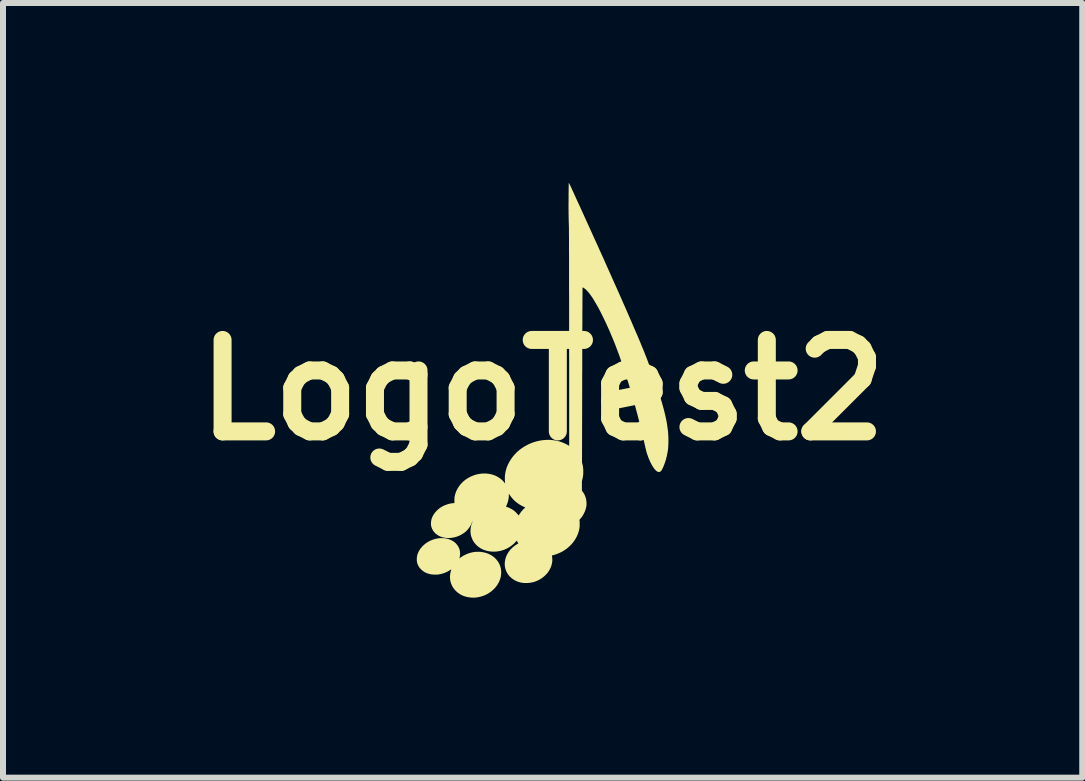
<source format=kicad_pcb>
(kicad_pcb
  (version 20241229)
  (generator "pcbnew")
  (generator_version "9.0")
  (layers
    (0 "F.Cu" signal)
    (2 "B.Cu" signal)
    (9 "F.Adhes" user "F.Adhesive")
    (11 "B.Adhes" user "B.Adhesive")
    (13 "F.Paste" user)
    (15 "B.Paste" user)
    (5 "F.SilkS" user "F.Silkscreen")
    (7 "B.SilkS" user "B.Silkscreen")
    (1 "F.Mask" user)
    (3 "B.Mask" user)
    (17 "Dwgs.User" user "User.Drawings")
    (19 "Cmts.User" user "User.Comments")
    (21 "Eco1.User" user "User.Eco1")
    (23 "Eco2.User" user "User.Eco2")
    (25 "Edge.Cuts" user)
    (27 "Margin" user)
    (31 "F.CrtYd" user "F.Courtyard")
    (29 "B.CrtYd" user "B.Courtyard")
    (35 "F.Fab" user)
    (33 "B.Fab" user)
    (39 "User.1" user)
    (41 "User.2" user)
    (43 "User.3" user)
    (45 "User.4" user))
  (footprint "LogoTest2"
    (layer "F.Cu")
    (at 5.994 3.451)
    (property "Reference" "LogoTest2" (at 0 0 0) (layer "F.SilkS") (effects (font (size 1.524 1.524) (thickness 0.3))))
    (attr board_only exclude_from_pos_files exclude_from_bom)
    (fp_poly (pts (xy -1.632 2.471) (xy -1.594 2.478) (xy -1.557 2.488) (xy -1.523 2.502) (xy -1.491 2.52) (xy -1.461 2.542) (xy -1.446 2.556) (xy -1.423 2.583) (xy -1.404 2.611) (xy -1.39 2.642) (xy -1.382 2.665) (xy -1.378 2.684) (xy -1.376 2.706) (xy -1.375 2.729) (xy -1.376 2.751) (xy -1.379 2.773) (xy -1.383 2.791) (xy -1.384 2.796) (xy -1.386 2.802) (xy -1.387 2.806) (xy -1.387 2.807) (xy -1.386 2.806) (xy -1.381 2.803) (xy -1.377 2.799) (xy -1.351 2.78) (xy -1.321 2.762) (xy -1.288 2.745) (xy -1.254 2.73) (xy -1.224 2.719) (xy -1.18 2.707) (xy -1.136 2.699) (xy -1.093 2.696) (xy -1.05 2.696) (xy -1.008 2.701) (xy -0.967 2.709) (xy -0.928 2.72) (xy -0.89 2.736) (xy -0.855 2.754) (xy -0.822 2.776) (xy -0.792 2.802) (xy -0.766 2.83) (xy -0.742 2.861) (xy -0.723 2.895) (xy -0.717 2.909) (xy -0.703 2.946) (xy -0.694 2.985) (xy -0.69 3.025) (xy -0.691 3.065) (xy -0.696 3.106) (xy -0.7 3.126) (xy -0.713 3.167) (xy -0.73 3.206) (xy -0.752 3.243) (xy -0.777 3.279) (xy -0.806 3.312) (xy -0.838 3.342) (xy -0.873 3.369) (xy -0.911 3.394) (xy -0.951 3.415) (xy -0.993 3.432) (xy -1.037 3.445) (xy -1.083 3.455) (xy -1.101 3.457) (xy -1.119 3.459) (xy -1.135 3.46) (xy -1.151 3.461) (xy -1.168 3.46) (xy -1.185 3.46) (xy -1.229 3.455) (xy -1.27 3.447) (xy -1.31 3.435) (xy -1.347 3.419) (xy -1.382 3.4) (xy -1.414 3.377) (xy -1.443 3.352) (xy -1.469 3.324) (xy -1.491 3.294) (xy -1.51 3.261) (xy -1.525 3.226) (xy -1.536 3.19) (xy -1.542 3.152) (xy -1.544 3.113) (xy -1.542 3.088) (xy -1.54 3.066) (xy -1.536 3.044) (xy -1.531 3.024) (xy -1.526 3.006) (xy -1.525 3.002) (xy -1.522 2.995) (xy -1.521 2.99) (xy -1.521 2.989) (xy -1.523 2.99) (xy -1.528 2.993) (xy -1.536 2.998) (xy -1.542 3.001) (xy -1.573 3.02) (xy -1.607 3.037) (xy -1.642 3.051) (xy -1.65 3.054) (xy -1.685 3.064) (xy -1.718 3.071) (xy -1.75 3.076) (xy -1.784 3.077) (xy -1.809 3.077) (xy -1.851 3.073) (xy -1.89 3.065) (xy -1.926 3.054) (xy -1.96 3.039) (xy -1.991 3.019) (xy -2.019 2.996) (xy -2.029 2.986) (xy -2.05 2.963) (xy -2.066 2.939) (xy -2.079 2.914) (xy -2.089 2.886) (xy -2.093 2.869) (xy -2.096 2.847) (xy -2.097 2.822) (xy -2.096 2.796) (xy -2.093 2.771) (xy -2.089 2.752) (xy -2.077 2.716) (xy -2.06 2.681) (xy -2.039 2.648) (xy -2.014 2.616) (xy -1.985 2.587) (xy -1.953 2.56) (xy -1.918 2.536) (xy -1.88 2.515) (xy -1.876 2.513) (xy -1.835 2.496) (xy -1.794 2.483) (xy -1.753 2.474) (xy -1.712 2.469) (xy -1.672 2.468)) (stroke (width 0) (type solid)) (fill yes) (layer "F.SilkS"))
    (fp_poly (pts (xy 0.438 -3.451) (xy 0.44 -3.449) (xy 0.443 -3.445) (xy 0.446 -3.439) (xy 0.45 -3.43) (xy 0.456 -3.419) (xy 0.462 -3.405) (xy 0.471 -3.387) (xy 0.481 -3.365) (xy 0.492 -3.34) (xy 0.505 -3.313) (xy 0.566 -3.179) (xy 0.627 -3.047) (xy 0.686 -2.917) (xy 0.744 -2.789) (xy 0.801 -2.664) (xy 0.856 -2.541) (xy 0.911 -2.421) (xy 0.964 -2.303) (xy 1.016 -2.189) (xy 1.066 -2.076) (xy 1.115 -1.967) (xy 1.162 -1.861) (xy 1.208 -1.758) (xy 1.253 -1.658) (xy 1.296 -1.561) (xy 1.337 -1.467) (xy 1.377 -1.377) (xy 1.415 -1.29) (xy 1.451 -1.207) (xy 1.486 -1.127) (xy 1.518 -1.051) (xy 1.549 -0.979) (xy 1.579 -0.911) (xy 1.606 -0.847) (xy 1.631 -0.787) (xy 1.654 -0.73) (xy 1.676 -0.678) (xy 1.695 -0.631) (xy 1.712 -0.587) (xy 1.725 -0.554) (xy 1.732 -0.537) (xy 1.74 -0.517) (xy 1.749 -0.492) (xy 1.759 -0.465) (xy 1.77 -0.435) (xy 1.781 -0.404) (xy 1.793 -0.371) (xy 1.805 -0.338) (xy 1.817 -0.305) (xy 1.829 -0.272) (xy 1.84 -0.241) (xy 1.851 -0.211) (xy 1.86 -0.184) (xy 1.869 -0.16) (xy 1.874 -0.145) (xy 1.903 -0.063) (xy 1.929 0.016) (xy 1.953 0.09) (xy 1.974 0.161) (xy 1.994 0.228) (xy 2.012 0.292) (xy 2.028 0.353) (xy 2.042 0.412) (xy 2.055 0.468) (xy 2.066 0.522) (xy 2.075 0.575) (xy 2.082 0.626) (xy 2.089 0.675) (xy 2.094 0.74) (xy 2.097 0.805) (xy 2.097 0.869) (xy 2.095 0.932) (xy 2.09 0.992) (xy 2.089 1) (xy 2.08 1.054) (xy 2.068 1.11) (xy 2.054 1.165) (xy 2.036 1.219) (xy 2.017 1.27) (xy 1.995 1.317) (xy 1.984 1.337) (xy 1.972 1.352) (xy 1.959 1.361) (xy 1.946 1.366) (xy 1.931 1.366) (xy 1.916 1.361) (xy 1.9 1.351) (xy 1.883 1.337) (xy 1.879 1.332) (xy 1.861 1.311) (xy 1.844 1.287) (xy 1.826 1.259) (xy 1.809 1.228) (xy 1.791 1.191) (xy 1.789 1.186) (xy 1.775 1.154) (xy 1.762 1.122) (xy 1.751 1.091) (xy 1.74 1.059) (xy 1.73 1.026) (xy 1.721 0.989) (xy 1.711 0.949) (xy 1.708 0.934) (xy 1.678 0.803) (xy 1.647 0.672) (xy 1.614 0.54) (xy 1.581 0.41) (xy 1.546 0.28) (xy 1.51 0.152) (xy 1.473 0.026) (xy 1.436 -0.098) (xy 1.398 -0.219) (xy 1.36 -0.337) (xy 1.321 -0.451) (xy 1.283 -0.562) (xy 1.244 -0.667) (xy 1.236 -0.688) (xy 1.207 -0.764) (xy 1.177 -0.839) (xy 1.146 -0.912) (xy 1.116 -0.984) (xy 1.084 -1.055) (xy 1.053 -1.123) (xy 1.022 -1.188) (xy 0.991 -1.251) (xy 0.961 -1.311) (xy 0.931 -1.368) (xy 0.901 -1.421) (xy 0.872 -1.47) (xy 0.845 -1.516) (xy 0.818 -1.557) (xy 0.798 -1.585) (xy 0.776 -1.614) (xy 0.754 -1.64) (xy 0.733 -1.663) (xy 0.713 -1.682) (xy 0.694 -1.696) (xy 0.68 -1.705) (xy 0.666 -1.712) (xy 0.664 -1.467) (xy 0.664 -1.448) (xy 0.664 -1.425) (xy 0.664 -1.397) (xy 0.664 -1.364) (xy 0.663 -1.327) (xy 0.663 -1.287) (xy 0.663 -1.242) (xy 0.663 -1.194) (xy 0.663 -1.142) (xy 0.663 -1.088) (xy 0.662 -1.03) (xy 0.662 -0.969) (xy 0.662 -0.906) (xy 0.662 -0.84) (xy 0.662 -0.772) (xy 0.662 -0.701) (xy 0.661 -0.629) (xy 0.661 -0.556) (xy 0.661 -0.48) (xy 0.661 -0.404) (xy 0.661 -0.326) (xy 0.66 -0.248) (xy 0.66 -0.169) (xy 0.66 -0.089) (xy 0.66 -0.009) (xy 0.66 -0.006) (xy 0.657 1.209) (xy 0.663 1.233) (xy 0.67 1.26) (xy 0.674 1.287) (xy 0.677 1.315) (xy 0.678 1.345) (xy 0.678 1.36) (xy 0.678 1.389) (xy 0.676 1.415) (xy 0.673 1.439) (xy 0.669 1.464) (xy 0.662 1.491) (xy 0.655 1.521) (xy 0.655 1.677) (xy 0.665 1.69) (xy 0.683 1.716) (xy 0.7 1.746) (xy 0.713 1.778) (xy 0.723 1.811) (xy 0.726 1.825) (xy 0.728 1.835) (xy 0.729 1.848) (xy 0.731 1.863) (xy 0.732 1.878) (xy 0.732 1.879) (xy 0.732 1.895) (xy 0.732 1.909) (xy 0.731 1.921) (xy 0.73 1.934) (xy 0.728 1.944) (xy 0.718 1.987) (xy 0.703 2.028) (xy 0.684 2.068) (xy 0.66 2.107) (xy 0.632 2.143) (xy 0.613 2.165) (xy 0.616 2.177) (xy 0.617 2.185) (xy 0.618 2.197) (xy 0.618 2.212) (xy 0.618 2.229) (xy 0.618 2.247) (xy 0.618 2.263) (xy 0.617 2.279) (xy 0.616 2.292) (xy 0.615 2.299) (xy 0.605 2.348) (xy 0.59 2.395) (xy 0.57 2.441) (xy 0.546 2.485) (xy 0.518 2.527) (xy 0.486 2.566) (xy 0.45 2.603) (xy 0.411 2.637) (xy 0.368 2.668) (xy 0.325 2.694) (xy 0.305 2.704) (xy 0.284 2.714) (xy 0.261 2.724) (xy 0.239 2.733) (xy 0.217 2.74) (xy 0.198 2.747) (xy 0.181 2.752) (xy 0.171 2.754) (xy 0.162 2.755) (xy 0.157 2.758) (xy 0.156 2.762) (xy 0.157 2.77) (xy 0.157 2.773) (xy 0.16 2.788) (xy 0.161 2.806) (xy 0.162 2.825) (xy 0.162 2.845) (xy 0.161 2.862) (xy 0.16 2.865) (xy 0.152 2.907) (xy 0.14 2.947) (xy 0.122 2.985) (xy 0.101 3.022) (xy 0.075 3.056) (xy 0.045 3.088) (xy 0.011 3.118) (xy -0.022 3.142) (xy -0.063 3.166) (xy -0.106 3.186) (xy -0.15 3.201) (xy -0.196 3.211) (xy -0.242 3.216) (xy -0.274 3.217) (xy -0.289 3.217) (xy -0.304 3.216) (xy -0.316 3.216) (xy -0.326 3.215) (xy -0.328 3.215) (xy -0.369 3.207) (xy -0.409 3.196) (xy -0.447 3.18) (xy -0.482 3.161) (xy -0.514 3.138) (xy -0.543 3.112) (xy -0.569 3.083) (xy -0.59 3.051) (xy -0.591 3.049) (xy -0.608 3.015) (xy -0.62 2.98) (xy -0.628 2.944) (xy -0.631 2.907) (xy -0.63 2.87) (xy -0.624 2.833) (xy -0.615 2.796) (xy -0.601 2.76) (xy -0.583 2.725) (xy -0.562 2.692) (xy -0.536 2.66) (xy -0.507 2.63) (xy -0.474 2.602) (xy -0.446 2.582) (xy -0.436 2.576) (xy -0.426 2.57) (xy -0.418 2.565) (xy -0.417 2.565) (xy -0.411 2.562) (xy -0.406 2.559) (xy -0.406 2.559) (xy -0.406 2.556) (xy -0.409 2.551) (xy -0.413 2.542) (xy -0.418 2.534) (xy -0.431 2.51) (xy -0.442 2.523) (xy -0.474 2.557) (xy -0.51 2.588) (xy -0.548 2.615) (xy -0.589 2.639) (xy -0.632 2.658) (xy -0.676 2.674) (xy -0.722 2.685) (xy -0.768 2.692) (xy -0.814 2.694) (xy -0.861 2.692) (xy -0.907 2.685) (xy -0.915 2.684) (xy -0.957 2.672) (xy -0.997 2.657) (xy -1.033 2.638) (xy -1.067 2.615) (xy -1.097 2.59) (xy -1.124 2.562) (xy -1.147 2.532) (xy -1.166 2.499) (xy -1.181 2.465) (xy -1.193 2.428) (xy -1.2 2.39) (xy -1.202 2.351) (xy -1.2 2.311) (xy -1.193 2.271) (xy -1.191 2.263) (xy -1.184 2.238) (xy -1.175 2.212) (xy -1.169 2.197) (xy -1.168 2.193) (xy -1.17 2.192) (xy -1.173 2.195) (xy -1.176 2.201) (xy -1.18 2.211) (xy -1.192 2.243) (xy -1.21 2.275) (xy -1.232 2.306) (xy -1.257 2.336) (xy -1.286 2.363) (xy -1.318 2.388) (xy -1.354 2.41) (xy -1.381 2.424) (xy -1.424 2.442) (xy -1.468 2.455) (xy -1.512 2.463) (xy -1.557 2.467) (xy -1.587 2.467) (xy -1.626 2.463) (xy -1.664 2.455) (xy -1.699 2.444) (xy -1.731 2.429) (xy -1.76 2.411) (xy -1.787 2.39) (xy -1.809 2.366) (xy -1.828 2.34) (xy -1.843 2.311) (xy -1.854 2.28) (xy -1.857 2.269) (xy -1.86 2.244) (xy -1.861 2.216) (xy -1.858 2.187) (xy -1.853 2.158) (xy -1.847 2.139) (xy -1.834 2.107) (xy -1.816 2.075) (xy -1.794 2.044) (xy -1.768 2.015) (xy -1.74 1.988) (xy -1.708 1.963) (xy -1.677 1.944) (xy -0.609 1.944) (xy -0.607 1.945) (xy -0.601 1.947) (xy -0.593 1.95) (xy -0.592 1.95) (xy -0.554 1.965) (xy -0.517 1.984) (xy -0.483 2.006) (xy -0.452 2.032) (xy -0.425 2.06) (xy -0.413 2.074) (xy -0.407 2.082) (xy -0.403 2.087) (xy -0.4 2.09) (xy -0.4 2.09) (xy -0.398 2.088) (xy -0.395 2.083) (xy -0.393 2.081) (xy -0.385 2.068) (xy -0.375 2.054) (xy -0.363 2.037) (xy -0.35 2.021) (xy -0.336 2.005) (xy -0.323 1.99) (xy -0.311 1.978) (xy -0.302 1.97) (xy -0.296 1.964) (xy -0.291 1.96) (xy -0.29 1.958) (xy -0.292 1.956) (xy -0.298 1.953) (xy -0.304 1.95) (xy -0.318 1.944) (xy -0.334 1.936) (xy -0.352 1.927) (xy -0.369 1.917) (xy -0.385 1.908) (xy -0.393 1.903) (xy -0.432 1.875) (xy -0.47 1.843) (xy -0.503 1.808) (xy -0.533 1.771) (xy -0.551 1.746) (xy -0.556 1.737) (xy -0.56 1.731) (xy -0.563 1.728) (xy -0.563 1.727) (xy -0.563 1.73) (xy -0.563 1.736) (xy -0.563 1.745) (xy -0.563 1.753) (xy -0.564 1.79) (xy -0.57 1.828) (xy -0.58 1.867) (xy -0.594 1.907) (xy -0.601 1.924) (xy -0.605 1.932) (xy -0.608 1.939) (xy -0.609 1.943) (xy -0.609 1.944) (xy -1.677 1.944) (xy -1.674 1.942) (xy -1.638 1.924) (xy -1.633 1.922) (xy -1.599 1.909) (xy -1.563 1.898) (xy -1.528 1.89) (xy -1.494 1.886) (xy -1.493 1.886) (xy -1.47 1.884) (xy -1.47 1.844) (xy -1.47 1.823) (xy -1.469 1.803) (xy -1.468 1.787) (xy -1.467 1.78) (xy -1.457 1.737) (xy -1.443 1.695) (xy -1.424 1.655) (xy -1.401 1.616) (xy -1.375 1.58) (xy -1.344 1.546) (xy -1.31 1.514) (xy -1.273 1.486) (xy -1.233 1.461) (xy -1.19 1.439) (xy -1.145 1.421) (xy -1.143 1.42) (xy -1.096 1.406) (xy -1.049 1.397) (xy -1.003 1.392) (xy -0.956 1.391) (xy -0.911 1.395) (xy -0.866 1.402) (xy -0.823 1.414) (xy -0.782 1.43) (xy -0.744 1.45) (xy -0.708 1.474) (xy -0.689 1.489) (xy -0.68 1.496) (xy -0.669 1.507) (xy -0.657 1.519) (xy -0.646 1.532) (xy -0.635 1.545) (xy -0.629 1.551) (xy -0.623 1.559) (xy -0.625 1.546) (xy -0.626 1.539) (xy -0.627 1.529) (xy -0.628 1.515) (xy -0.629 1.501) (xy -0.629 1.495) (xy -0.629 1.445) (xy -0.624 1.395) (xy -0.614 1.345) (xy -0.6 1.297) (xy -0.581 1.249) (xy -0.558 1.203) (xy -0.531 1.159) (xy -0.501 1.116) (xy -0.466 1.075) (xy -0.429 1.036) (xy -0.388 1) (xy -0.343 0.967) (xy -0.296 0.937) (xy -0.246 0.91) (xy -0.212 0.894) (xy -0.158 0.873) (xy -0.102 0.856) (xy -0.046 0.843) (xy 0.01 0.835) (xy 0.067 0.831) (xy 0.123 0.831) (xy 0.178 0.836) (xy 0.232 0.845) (xy 0.285 0.858) (xy 0.336 0.876) (xy 0.385 0.898) (xy 0.417 0.915) (xy 0.427 0.921) (xy 0.435 0.926) (xy 0.441 0.929) (xy 0.443 0.93) (xy 0.443 0.93) (xy 0.443 0.927) (xy 0.443 0.92) (xy 0.443 0.907) (xy 0.443 0.891) (xy 0.443 0.869) (xy 0.443 0.844) (xy 0.443 0.814) (xy 0.443 0.78) (xy 0.443 0.742) (xy 0.443 0.7) (xy 0.443 0.654) (xy 0.443 0.605) (xy 0.443 0.552) (xy 0.443 0.496) (xy 0.443 0.436) (xy 0.443 0.374) (xy 0.443 0.308) (xy 0.443 0.24) (xy 0.443 0.168) (xy 0.443 0.095) (xy 0.443 0.018) (xy 0.443 -0.061) (xy 0.443 -0.142) (xy 0.443 -0.225) (xy 0.443 -0.31) (xy 0.443 -0.397) (xy 0.443 -0.486) (xy 0.442 -0.576) (xy 0.442 -0.668) (xy 0.442 -0.762) (xy 0.442 -0.856) (xy 0.442 -0.882) (xy 0.442 -1.005) (xy 0.442 -1.123) (xy 0.442 -1.237) (xy 0.442 -1.345) (xy 0.442 -1.449) (xy 0.442 -1.548) (xy 0.441 -1.642) (xy 0.441 -1.732) (xy 0.441 -1.818) (xy 0.441 -1.899) (xy 0.441 -1.977) (xy 0.441 -2.049) (xy 0.441 -2.118) (xy 0.441 -2.183) (xy 0.441 -2.244) (xy 0.44 -2.301) (xy 0.44 -2.354) (xy 0.44 -2.404) (xy 0.44 -2.449) (xy 0.44 -2.492) (xy 0.44 -2.53) (xy 0.44 -2.566) (xy 0.439 -2.598) (xy 0.439 -2.626) (xy 0.439 -2.652) (xy 0.439 -2.674) (xy 0.439 -2.694) (xy 0.439 -2.71) (xy 0.438 -2.723) (xy 0.438 -2.734) (xy 0.438 -2.742) (xy 0.438 -2.747) (xy 0.438 -2.748) (xy 0.437 -2.761) (xy 0.437 -2.778) (xy 0.436 -2.799) (xy 0.435 -2.823) (xy 0.435 -2.849) (xy 0.434 -2.876) (xy 0.434 -2.904) (xy 0.433 -2.932) (xy 0.433 -2.941) (xy 0.433 -2.965) (xy 0.433 -2.991) (xy 0.432 -3.02) (xy 0.432 -3.05) (xy 0.432 -3.082) (xy 0.432 -3.114) (xy 0.433 -3.147) (xy 0.433 -3.181) (xy 0.433 -3.214) (xy 0.433 -3.246) (xy 0.433 -3.278) (xy 0.434 -3.308) (xy 0.434 -3.336) (xy 0.434 -3.362) (xy 0.435 -3.386) (xy 0.435 -3.406) (xy 0.435 -3.423) (xy 0.436 -3.436) (xy 0.436 -3.445) (xy 0.437 -3.45) (xy 0.437 -3.45) (xy 0.437 -3.451)) (stroke (width 0) (type solid)) (fill yes) (layer "F.SilkS")))
  (gr_rect
    (start -3 -3)
    (end 14.989 9.912)
    (stroke (width 0.1) (type default))
    (fill no)
    (layer "Edge.Cuts")))
</source>
